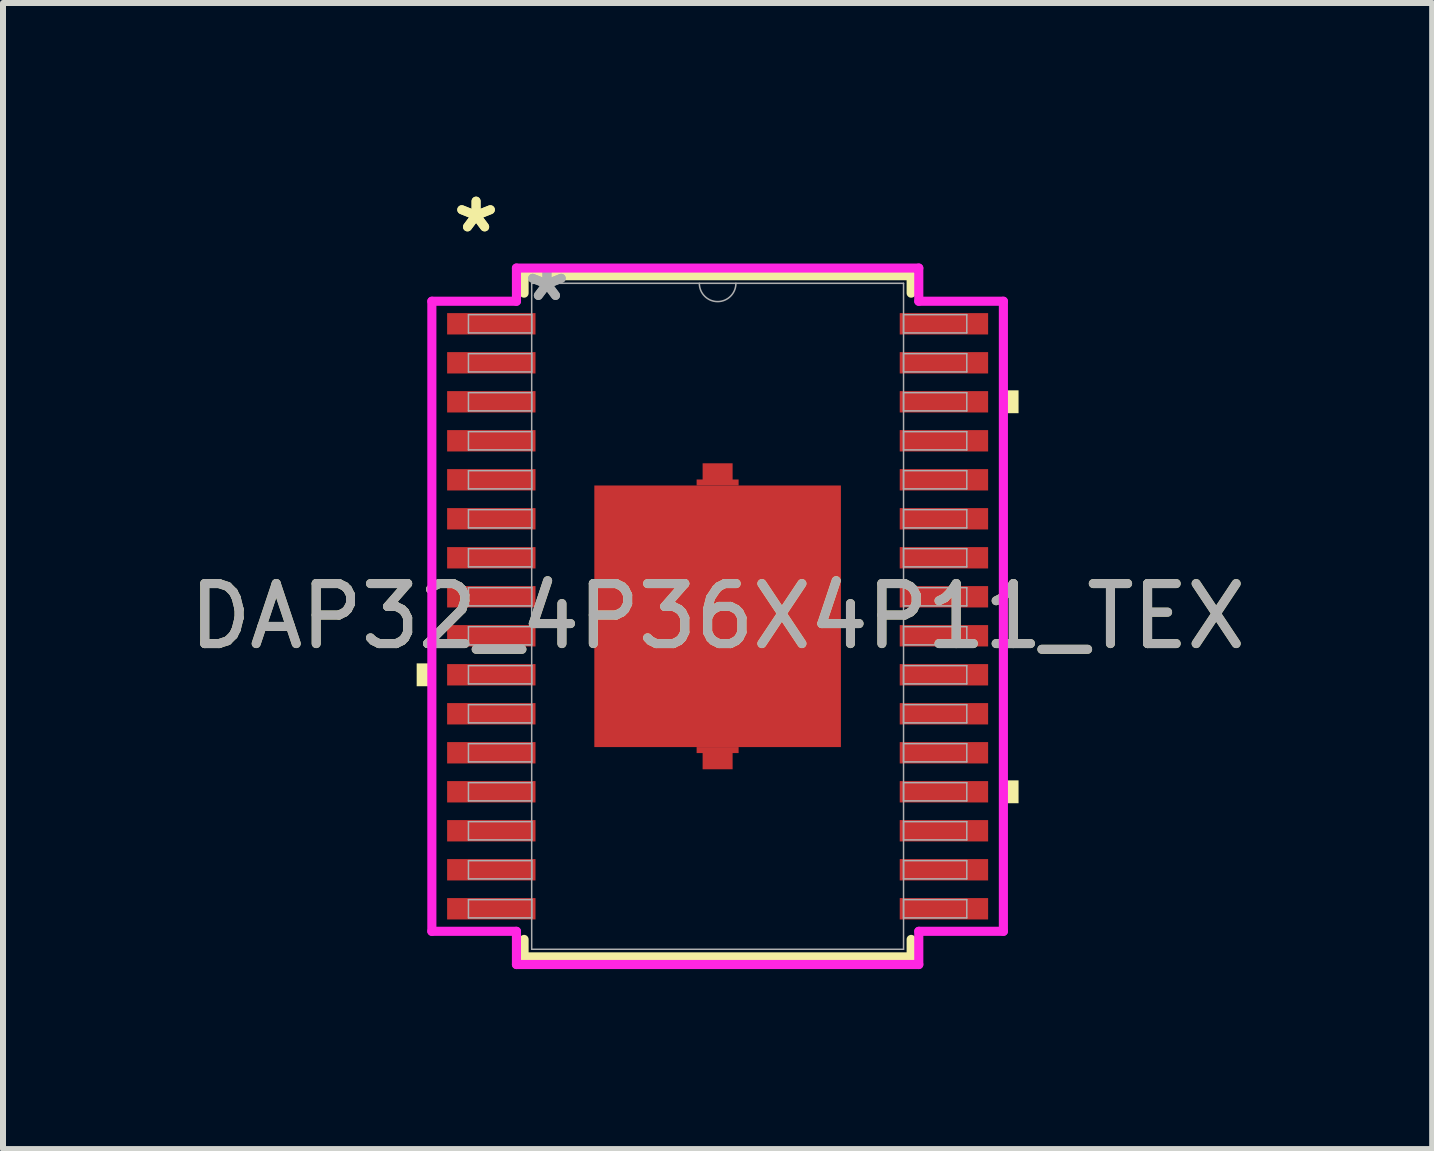
<source format=kicad_pcb>
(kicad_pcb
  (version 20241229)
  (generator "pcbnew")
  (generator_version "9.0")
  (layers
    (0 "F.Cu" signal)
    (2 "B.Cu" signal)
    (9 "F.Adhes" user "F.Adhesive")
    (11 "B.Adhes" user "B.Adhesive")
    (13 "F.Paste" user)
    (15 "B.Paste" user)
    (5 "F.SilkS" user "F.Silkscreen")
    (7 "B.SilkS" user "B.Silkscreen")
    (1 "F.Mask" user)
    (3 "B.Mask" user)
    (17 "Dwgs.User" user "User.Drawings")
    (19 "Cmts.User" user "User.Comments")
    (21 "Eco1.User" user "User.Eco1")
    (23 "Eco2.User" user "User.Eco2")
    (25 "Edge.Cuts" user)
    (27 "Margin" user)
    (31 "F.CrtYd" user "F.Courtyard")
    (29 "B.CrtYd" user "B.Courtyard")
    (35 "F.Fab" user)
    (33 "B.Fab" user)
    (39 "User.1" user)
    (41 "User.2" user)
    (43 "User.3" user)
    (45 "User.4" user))
  (footprint "DAP32_4P36X4P11_TEX"
    (layer "F.Cu")
    (at 8.911 7.222)
    (property "Reference" "DAP32_4P36X4P11_TEX" (at 0 0 0) (unlocked yes) (layer "F.SilkS") (effects (font (size 1 1) (thickness 0.15))))
    (attr smd)
    (fp_poly (pts (xy -0.35 -2.18) (xy -0.35 -2.28) (xy -0.25 -2.28) (xy -0.25 -2.55) (xy 0.25 -2.55) (xy 0.25 -2.28) (xy 0.35 -2.28) (xy 0.35 -2.18)) (stroke (width 0) (type solid)) (fill yes) (layer "F.Cu"))
    (fp_poly (pts (xy -0.35 2.18) (xy -0.35 2.28) (xy -0.25 2.28) (xy -0.25 2.55) (xy 0.25 2.55) (xy 0.25 2.28) (xy 0.35 2.28) (xy 0.35 2.18)) (stroke (width 0) (type solid)) (fill yes) (layer "F.Cu"))
    (fp_poly (pts (xy -0.35 -2.18) (xy -0.35 -2.28) (xy -0.25 -2.28) (xy -0.25 -2.55) (xy 0.25 -2.55) (xy 0.25 -2.28) (xy 0.35 -2.28) (xy 0.35 -2.18)) (stroke (width 0) (type solid)) (fill yes) (layer "F.Mask"))
    (fp_poly (pts (xy -0.35 2.18) (xy -0.35 2.28) (xy -0.25 2.28) (xy -0.25 2.55) (xy 0.25 2.55) (xy 0.25 2.28) (xy 0.35 2.28) (xy 0.35 2.18)) (stroke (width 0) (type solid)) (fill yes) (layer "F.Mask"))
    (fp_line (start -3.226 -5.677) (end -3.226 -5.386) (stroke (width 0.152) (type solid)) (layer "F.SilkS"))
    (fp_line (start -3.226 5.386) (end -3.226 5.677) (stroke (width 0.152) (type solid)) (layer "F.SilkS"))
    (fp_line (start -3.226 5.677) (end 3.226 5.677) (stroke (width 0.152) (type solid)) (layer "F.SilkS"))
    (fp_line (start 3.226 -5.677) (end -3.226 -5.677) (stroke (width 0.152) (type solid)) (layer "F.SilkS"))
    (fp_line (start 3.226 -5.386) (end 3.226 -5.677) (stroke (width 0.152) (type solid)) (layer "F.SilkS"))
    (fp_line (start 3.226 5.677) (end 3.226 5.386) (stroke (width 0.152) (type solid)) (layer "F.SilkS"))
    (fp_poly (pts (xy -5.016 0.785) (xy -5.016 1.166) (xy -4.763 1.166) (xy -4.763 0.785)) (stroke (width 0) (type solid)) (fill yes) (layer "F.SilkS"))
    (fp_poly (pts (xy 5.016 -3.766) (xy 5.016 -3.385) (xy 4.763 -3.385) (xy 4.763 -3.766)) (stroke (width 0) (type solid)) (fill yes) (layer "F.SilkS"))
    (fp_poly (pts (xy 5.016 2.735) (xy 5.016 3.116) (xy 4.763 3.116) (xy 4.763 2.735)) (stroke (width 0) (type solid)) (fill yes) (layer "F.SilkS"))
    (fp_poly (pts (xy -1.955 -2.08) (xy -1.955 -0.827) (xy -0.785 -0.827) (xy -0.785 -2.08)) (stroke (width 0) (type solid)) (fill yes) (layer "F.Paste"))
    (fp_poly (pts (xy -1.955 -0.627) (xy -1.955 0.627) (xy -0.785 0.627) (xy -0.785 -0.627)) (stroke (width 0) (type solid)) (fill yes) (layer "F.Paste"))
    (fp_poly (pts (xy -1.955 0.827) (xy -1.955 2.08) (xy -0.785 2.08) (xy -0.785 0.827)) (stroke (width 0) (type solid)) (fill yes) (layer "F.Paste"))
    (fp_poly (pts (xy -0.585 -2.08) (xy -0.585 -0.827) (xy 0.585 -0.827) (xy 0.585 -2.08)) (stroke (width 0) (type solid)) (fill yes) (layer "F.Paste"))
    (fp_poly (pts (xy -0.585 -0.627) (xy -0.585 0.627) (xy 0.585 0.627) (xy 0.585 -0.627)) (stroke (width 0) (type solid)) (fill yes) (layer "F.Paste"))
    (fp_poly (pts (xy -0.585 0.827) (xy -0.585 2.08) (xy 0.585 2.08) (xy 0.585 0.827)) (stroke (width 0) (type solid)) (fill yes) (layer "F.Paste"))
    (fp_poly (pts (xy 0.785 -2.08) (xy 0.785 -0.827) (xy 1.955 -0.827) (xy 1.955 -2.08)) (stroke (width 0) (type solid)) (fill yes) (layer "F.Paste"))
    (fp_poly (pts (xy 0.785 -0.627) (xy 0.785 0.627) (xy 1.955 0.627) (xy 1.955 -0.627)) (stroke (width 0) (type solid)) (fill yes) (layer "F.Paste"))
    (fp_poly (pts (xy 0.785 0.827) (xy 0.785 2.08) (xy 1.955 2.08) (xy 1.955 0.827)) (stroke (width 0) (type solid)) (fill yes) (layer "F.Paste"))
    (fp_line (start -4.763 -5.251) (end -3.353 -5.251) (stroke (width 0.152) (type solid)) (layer "F.CrtYd"))
    (fp_line (start -4.763 5.251) (end -4.763 -5.251) (stroke (width 0.152) (type solid)) (layer "F.CrtYd"))
    (fp_line (start -4.763 5.251) (end -3.353 5.251) (stroke (width 0.152) (type solid)) (layer "F.CrtYd"))
    (fp_line (start -3.353 -5.804) (end 3.353 -5.804) (stroke (width 0.152) (type solid)) (layer "F.CrtYd"))
    (fp_line (start -3.353 -5.251) (end -3.353 -5.804) (stroke (width 0.152) (type solid)) (layer "F.CrtYd"))
    (fp_line (start -3.353 5.804) (end -3.353 5.251) (stroke (width 0.152) (type solid)) (layer "F.CrtYd"))
    (fp_line (start 3.353 -5.804) (end 3.353 -5.251) (stroke (width 0.152) (type solid)) (layer "F.CrtYd"))
    (fp_line (start 3.353 5.251) (end 3.353 5.804) (stroke (width 0.152) (type solid)) (layer "F.CrtYd"))
    (fp_line (start 3.353 5.804) (end -3.353 5.804) (stroke (width 0.152) (type solid)) (layer "F.CrtYd"))
    (fp_line (start 4.763 -5.251) (end 3.353 -5.251) (stroke (width 0.152) (type solid)) (layer "F.CrtYd"))
    (fp_line (start 4.763 -5.251) (end 4.763 5.251) (stroke (width 0.152) (type solid)) (layer "F.CrtYd"))
    (fp_line (start 4.763 5.251) (end 3.353 5.251) (stroke (width 0.152) (type solid)) (layer "F.CrtYd"))
    (fp_line (start -4.153 -5.027) (end -4.153 -4.723) (stroke (width 0.025) (type solid)) (layer "F.Fab"))
    (fp_line (start -4.153 -4.723) (end -3.099 -4.723) (stroke (width 0.025) (type solid)) (layer "F.Fab"))
    (fp_line (start -4.153 -4.377) (end -4.153 -4.073) (stroke (width 0.025) (type solid)) (layer "F.Fab"))
    (fp_line (start -4.153 -4.073) (end -3.099 -4.073) (stroke (width 0.025) (type solid)) (layer "F.Fab"))
    (fp_line (start -4.153 -3.727) (end -4.153 -3.423) (stroke (width 0.025) (type solid)) (layer "F.Fab"))
    (fp_line (start -4.153 -3.423) (end -3.099 -3.423) (stroke (width 0.025) (type solid)) (layer "F.Fab"))
    (fp_line (start -4.153 -3.077) (end -4.153 -2.773) (stroke (width 0.025) (type solid)) (layer "F.Fab"))
    (fp_line (start -4.153 -2.773) (end -3.099 -2.773) (stroke (width 0.025) (type solid)) (layer "F.Fab"))
    (fp_line (start -4.153 -2.427) (end -4.153 -2.123) (stroke (width 0.025) (type solid)) (layer "F.Fab"))
    (fp_line (start -4.153 -2.123) (end -3.099 -2.123) (stroke (width 0.025) (type solid)) (layer "F.Fab"))
    (fp_line (start -4.153 -1.777) (end -4.153 -1.473) (stroke (width 0.025) (type solid)) (layer "F.Fab"))
    (fp_line (start -4.153 -1.473) (end -3.099 -1.473) (stroke (width 0.025) (type solid)) (layer "F.Fab"))
    (fp_line (start -4.153 -1.127) (end -4.153 -0.823) (stroke (width 0.025) (type solid)) (layer "F.Fab"))
    (fp_line (start -4.153 -0.823) (end -3.099 -0.823) (stroke (width 0.025) (type solid)) (layer "F.Fab"))
    (fp_line (start -4.153 -0.477) (end -4.153 -0.173) (stroke (width 0.025) (type solid)) (layer "F.Fab"))
    (fp_line (start -4.153 -0.173) (end -3.099 -0.173) (stroke (width 0.025) (type solid)) (layer "F.Fab"))
    (fp_line (start -4.153 0.173) (end -4.153 0.477) (stroke (width 0.025) (type solid)) (layer "F.Fab"))
    (fp_line (start -4.153 0.477) (end -3.099 0.477) (stroke (width 0.025) (type solid)) (layer "F.Fab"))
    (fp_line (start -4.153 0.823) (end -4.153 1.127) (stroke (width 0.025) (type solid)) (layer "F.Fab"))
    (fp_line (start -4.153 1.127) (end -3.099 1.127) (stroke (width 0.025) (type solid)) (layer "F.Fab"))
    (fp_line (start -4.153 1.473) (end -4.153 1.777) (stroke (width 0.025) (type solid)) (layer "F.Fab"))
    (fp_line (start -4.153 1.777) (end -3.099 1.777) (stroke (width 0.025) (type solid)) (layer "F.Fab"))
    (fp_line (start -4.153 2.123) (end -4.153 2.427) (stroke (width 0.025) (type solid)) (layer "F.Fab"))
    (fp_line (start -4.153 2.427) (end -3.099 2.427) (stroke (width 0.025) (type solid)) (layer "F.Fab"))
    (fp_line (start -4.153 2.773) (end -4.153 3.077) (stroke (width 0.025) (type solid)) (layer "F.Fab"))
    (fp_line (start -4.153 3.077) (end -3.099 3.077) (stroke (width 0.025) (type solid)) (layer "F.Fab"))
    (fp_line (start -4.153 3.423) (end -4.153 3.727) (stroke (width 0.025) (type solid)) (layer "F.Fab"))
    (fp_line (start -4.153 3.727) (end -3.099 3.727) (stroke (width 0.025) (type solid)) (layer "F.Fab"))
    (fp_line (start -4.153 4.073) (end -4.153 4.377) (stroke (width 0.025) (type solid)) (layer "F.Fab"))
    (fp_line (start -4.153 4.377) (end -3.099 4.377) (stroke (width 0.025) (type solid)) (layer "F.Fab"))
    (fp_line (start -4.153 4.723) (end -4.153 5.027) (stroke (width 0.025) (type solid)) (layer "F.Fab"))
    (fp_line (start -4.153 5.027) (end -3.099 5.027) (stroke (width 0.025) (type solid)) (layer "F.Fab"))
    (fp_line (start -3.099 -5.55) (end -3.099 5.55) (stroke (width 0.025) (type solid)) (layer "F.Fab"))
    (fp_line (start -3.099 -5.027) (end -4.153 -5.027) (stroke (width 0.025) (type solid)) (layer "F.Fab"))
    (fp_line (start -3.099 -4.723) (end -3.099 -5.027) (stroke (width 0.025) (type solid)) (layer "F.Fab"))
    (fp_line (start -3.099 -4.377) (end -4.153 -4.377) (stroke (width 0.025) (type solid)) (layer "F.Fab"))
    (fp_line (start -3.099 -4.073) (end -3.099 -4.377) (stroke (width 0.025) (type solid)) (layer "F.Fab"))
    (fp_line (start -3.099 -3.727) (end -4.153 -3.727) (stroke (width 0.025) (type solid)) (layer "F.Fab"))
    (fp_line (start -3.099 -3.423) (end -3.099 -3.727) (stroke (width 0.025) (type solid)) (layer "F.Fab"))
    (fp_line (start -3.099 -3.077) (end -4.153 -3.077) (stroke (width 0.025) (type solid)) (layer "F.Fab"))
    (fp_line (start -3.099 -2.773) (end -3.099 -3.077) (stroke (width 0.025) (type solid)) (layer "F.Fab"))
    (fp_line (start -3.099 -2.427) (end -4.153 -2.427) (stroke (width 0.025) (type solid)) (layer "F.Fab"))
    (fp_line (start -3.099 -2.123) (end -3.099 -2.427) (stroke (width 0.025) (type solid)) (layer "F.Fab"))
    (fp_line (start -3.099 -1.777) (end -4.153 -1.777) (stroke (width 0.025) (type solid)) (layer "F.Fab"))
    (fp_line (start -3.099 -1.473) (end -3.099 -1.777) (stroke (width 0.025) (type solid)) (layer "F.Fab"))
    (fp_line (start -3.099 -1.127) (end -4.153 -1.127) (stroke (width 0.025) (type solid)) (layer "F.Fab"))
    (fp_line (start -3.099 -0.823) (end -3.099 -1.127) (stroke (width 0.025) (type solid)) (layer "F.Fab"))
    (fp_line (start -3.099 -0.477) (end -4.153 -0.477) (stroke (width 0.025) (type solid)) (layer "F.Fab"))
    (fp_line (start -3.099 -0.173) (end -3.099 -0.477) (stroke (width 0.025) (type solid)) (layer "F.Fab"))
    (fp_line (start -3.099 0.173) (end -4.153 0.173) (stroke (width 0.025) (type solid)) (layer "F.Fab"))
    (fp_line (start -3.099 0.477) (end -3.099 0.173) (stroke (width 0.025) (type solid)) (layer "F.Fab"))
    (fp_line (start -3.099 0.823) (end -4.153 0.823) (stroke (width 0.025) (type solid)) (layer "F.Fab"))
    (fp_line (start -3.099 1.127) (end -3.099 0.823) (stroke (width 0.025) (type solid)) (layer "F.Fab"))
    (fp_line (start -3.099 1.473) (end -4.153 1.473) (stroke (width 0.025) (type solid)) (layer "F.Fab"))
    (fp_line (start -3.099 1.777) (end -3.099 1.473) (stroke (width 0.025) (type solid)) (layer "F.Fab"))
    (fp_line (start -3.099 2.123) (end -4.153 2.123) (stroke (width 0.025) (type solid)) (layer "F.Fab"))
    (fp_line (start -3.099 2.427) (end -3.099 2.123) (stroke (width 0.025) (type solid)) (layer "F.Fab"))
    (fp_line (start -3.099 2.773) (end -4.153 2.773) (stroke (width 0.025) (type solid)) (layer "F.Fab"))
    (fp_line (start -3.099 3.077) (end -3.099 2.773) (stroke (width 0.025) (type solid)) (layer "F.Fab"))
    (fp_line (start -3.099 3.423) (end -4.153 3.423) (stroke (width 0.025) (type solid)) (layer "F.Fab"))
    (fp_line (start -3.099 3.727) (end -3.099 3.423) (stroke (width 0.025) (type solid)) (layer "F.Fab"))
    (fp_line (start -3.099 4.073) (end -4.153 4.073) (stroke (width 0.025) (type solid)) (layer "F.Fab"))
    (fp_line (start -3.099 4.377) (end -3.099 4.073) (stroke (width 0.025) (type solid)) (layer "F.Fab"))
    (fp_line (start -3.099 4.723) (end -4.153 4.723) (stroke (width 0.025) (type solid)) (layer "F.Fab"))
    (fp_line (start -3.099 5.027) (end -3.099 4.723) (stroke (width 0.025) (type solid)) (layer "F.Fab"))
    (fp_line (start -3.099 5.55) (end 3.099 5.55) (stroke (width 0.025) (type solid)) (layer "F.Fab"))
    (fp_line (start 3.099 -5.55) (end -3.099 -5.55) (stroke (width 0.025) (type solid)) (layer "F.Fab"))
    (fp_line (start 3.099 -5.027) (end 3.099 -4.723) (stroke (width 0.025) (type solid)) (layer "F.Fab"))
    (fp_line (start 3.099 -4.723) (end 4.153 -4.723) (stroke (width 0.025) (type solid)) (layer "F.Fab"))
    (fp_line (start 3.099 -4.377) (end 3.099 -4.073) (stroke (width 0.025) (type solid)) (layer "F.Fab"))
    (fp_line (start 3.099 -4.073) (end 4.153 -4.073) (stroke (width 0.025) (type solid)) (layer "F.Fab"))
    (fp_line (start 3.099 -3.727) (end 3.099 -3.423) (stroke (width 0.025) (type solid)) (layer "F.Fab"))
    (fp_line (start 3.099 -3.423) (end 4.153 -3.423) (stroke (width 0.025) (type solid)) (layer "F.Fab"))
    (fp_line (start 3.099 -3.077) (end 3.099 -2.773) (stroke (width 0.025) (type solid)) (layer "F.Fab"))
    (fp_line (start 3.099 -2.773) (end 4.153 -2.773) (stroke (width 0.025) (type solid)) (layer "F.Fab"))
    (fp_line (start 3.099 -2.427) (end 3.099 -2.123) (stroke (width 0.025) (type solid)) (layer "F.Fab"))
    (fp_line (start 3.099 -2.123) (end 4.153 -2.123) (stroke (width 0.025) (type solid)) (layer "F.Fab"))
    (fp_line (start 3.099 -1.777) (end 3.099 -1.473) (stroke (width 0.025) (type solid)) (layer "F.Fab"))
    (fp_line (start 3.099 -1.473) (end 4.153 -1.473) (stroke (width 0.025) (type solid)) (layer "F.Fab"))
    (fp_line (start 3.099 -1.127) (end 3.099 -0.823) (stroke (width 0.025) (type solid)) (layer "F.Fab"))
    (fp_line (start 3.099 -0.823) (end 4.153 -0.823) (stroke (width 0.025) (type solid)) (layer "F.Fab"))
    (fp_line (start 3.099 -0.477) (end 3.099 -0.173) (stroke (width 0.025) (type solid)) (layer "F.Fab"))
    (fp_line (start 3.099 -0.173) (end 4.153 -0.173) (stroke (width 0.025) (type solid)) (layer "F.Fab"))
    (fp_line (start 3.099 0.173) (end 3.099 0.477) (stroke (width 0.025) (type solid)) (layer "F.Fab"))
    (fp_line (start 3.099 0.477) (end 4.153 0.477) (stroke (width 0.025) (type solid)) (layer "F.Fab"))
    (fp_line (start 3.099 0.823) (end 3.099 1.127) (stroke (width 0.025) (type solid)) (layer "F.Fab"))
    (fp_line (start 3.099 1.127) (end 4.153 1.127) (stroke (width 0.025) (type solid)) (layer "F.Fab"))
    (fp_line (start 3.099 1.473) (end 3.099 1.777) (stroke (width 0.025) (type solid)) (layer "F.Fab"))
    (fp_line (start 3.099 1.777) (end 4.153 1.777) (stroke (width 0.025) (type solid)) (layer "F.Fab"))
    (fp_line (start 3.099 2.123) (end 3.099 2.427) (stroke (width 0.025) (type solid)) (layer "F.Fab"))
    (fp_line (start 3.099 2.427) (end 4.153 2.427) (stroke (width 0.025) (type solid)) (layer "F.Fab"))
    (fp_line (start 3.099 2.773) (end 3.099 3.077) (stroke (width 0.025) (type solid)) (layer "F.Fab"))
    (fp_line (start 3.099 3.077) (end 4.153 3.077) (stroke (width 0.025) (type solid)) (layer "F.Fab"))
    (fp_line (start 3.099 3.423) (end 3.099 3.727) (stroke (width 0.025) (type solid)) (layer "F.Fab"))
    (fp_line (start 3.099 3.727) (end 4.153 3.727) (stroke (width 0.025) (type solid)) (layer "F.Fab"))
    (fp_line (start 3.099 4.073) (end 3.099 4.377) (stroke (width 0.025) (type solid)) (layer "F.Fab"))
    (fp_line (start 3.099 4.377) (end 4.153 4.377) (stroke (width 0.025) (type solid)) (layer "F.Fab"))
    (fp_line (start 3.099 4.723) (end 3.099 5.027) (stroke (width 0.025) (type solid)) (layer "F.Fab"))
    (fp_line (start 3.099 5.027) (end 4.153 5.027) (stroke (width 0.025) (type solid)) (layer "F.Fab"))
    (fp_line (start 3.099 5.55) (end 3.099 -5.55) (stroke (width 0.025) (type solid)) (layer "F.Fab"))
    (fp_line (start 4.153 -5.027) (end 3.099 -5.027) (stroke (width 0.025) (type solid)) (layer "F.Fab"))
    (fp_line (start 4.153 -4.723) (end 4.153 -5.027) (stroke (width 0.025) (type solid)) (layer "F.Fab"))
    (fp_line (start 4.153 -4.377) (end 3.099 -4.377) (stroke (width 0.025) (type solid)) (layer "F.Fab"))
    (fp_line (start 4.153 -4.073) (end 4.153 -4.377) (stroke (width 0.025) (type solid)) (layer "F.Fab"))
    (fp_line (start 4.153 -3.727) (end 3.099 -3.727) (stroke (width 0.025) (type solid)) (layer "F.Fab"))
    (fp_line (start 4.153 -3.423) (end 4.153 -3.727) (stroke (width 0.025) (type solid)) (layer "F.Fab"))
    (fp_line (start 4.153 -3.077) (end 3.099 -3.077) (stroke (width 0.025) (type solid)) (layer "F.Fab"))
    (fp_line (start 4.153 -2.773) (end 4.153 -3.077) (stroke (width 0.025) (type solid)) (layer "F.Fab"))
    (fp_line (start 4.153 -2.427) (end 3.099 -2.427) (stroke (width 0.025) (type solid)) (layer "F.Fab"))
    (fp_line (start 4.153 -2.123) (end 4.153 -2.427) (stroke (width 0.025) (type solid)) (layer "F.Fab"))
    (fp_line (start 4.153 -1.777) (end 3.099 -1.777) (stroke (width 0.025) (type solid)) (layer "F.Fab"))
    (fp_line (start 4.153 -1.473) (end 4.153 -1.777) (stroke (width 0.025) (type solid)) (layer "F.Fab"))
    (fp_line (start 4.153 -1.127) (end 3.099 -1.127) (stroke (width 0.025) (type solid)) (layer "F.Fab"))
    (fp_line (start 4.153 -0.823) (end 4.153 -1.127) (stroke (width 0.025) (type solid)) (layer "F.Fab"))
    (fp_line (start 4.153 -0.477) (end 3.099 -0.477) (stroke (width 0.025) (type solid)) (layer "F.Fab"))
    (fp_line (start 4.153 -0.173) (end 4.153 -0.477) (stroke (width 0.025) (type solid)) (layer "F.Fab"))
    (fp_line (start 4.153 0.173) (end 3.099 0.173) (stroke (width 0.025) (type solid)) (layer "F.Fab"))
    (fp_line (start 4.153 0.477) (end 4.153 0.173) (stroke (width 0.025) (type solid)) (layer "F.Fab"))
    (fp_line (start 4.153 0.823) (end 3.099 0.823) (stroke (width 0.025) (type solid)) (layer "F.Fab"))
    (fp_line (start 4.153 1.127) (end 4.153 0.823) (stroke (width 0.025) (type solid)) (layer "F.Fab"))
    (fp_line (start 4.153 1.473) (end 3.099 1.473) (stroke (width 0.025) (type solid)) (layer "F.Fab"))
    (fp_line (start 4.153 1.777) (end 4.153 1.473) (stroke (width 0.025) (type solid)) (layer "F.Fab"))
    (fp_line (start 4.153 2.123) (end 3.099 2.123) (stroke (width 0.025) (type solid)) (layer "F.Fab"))
    (fp_line (start 4.153 2.427) (end 4.153 2.123) (stroke (width 0.025) (type solid)) (layer "F.Fab"))
    (fp_line (start 4.153 2.773) (end 3.099 2.773) (stroke (width 0.025) (type solid)) (layer "F.Fab"))
    (fp_line (start 4.153 3.077) (end 4.153 2.773) (stroke (width 0.025) (type solid)) (layer "F.Fab"))
    (fp_line (start 4.153 3.423) (end 3.099 3.423) (stroke (width 0.025) (type solid)) (layer "F.Fab"))
    (fp_line (start 4.153 3.727) (end 4.153 3.423) (stroke (width 0.025) (type solid)) (layer "F.Fab"))
    (fp_line (start 4.153 4.073) (end 3.099 4.073) (stroke (width 0.025) (type solid)) (layer "F.Fab"))
    (fp_line (start 4.153 4.377) (end 4.153 4.073) (stroke (width 0.025) (type solid)) (layer "F.Fab"))
    (fp_line (start 4.153 4.723) (end 3.099 4.723) (stroke (width 0.025) (type solid)) (layer "F.Fab"))
    (fp_line (start 4.153 5.027) (end 4.153 4.723) (stroke (width 0.025) (type solid)) (layer "F.Fab"))
    (fp_arc (start 0.3048 -5.5499) (mid 0 -5.2451) (end -0.3048 -5.5499) (stroke (width 0.0254) (type solid)) (layer "F.Fab"))
    (fp_text user "*" (at -4.026 -6.374 0) (unlocked yes) (layer "F.SilkS") (effects (font (size 1 1) (thickness 0.15))))
    (fp_text user "*" (at -4.026 -6.374 0) (layer "F.SilkS") (effects (font (size 1 1) (thickness 0.15))))
    (fp_text user "*" (at -2.845 -5.231 0) (unlocked yes) (layer "F.Fab") (effects (font (size 1 1) (thickness 0.15))))
    (fp_text user "*" (at -2.845 -5.231 0) (layer "F.Fab") (effects (font (size 1 1) (thickness 0.15))))
    (fp_text user "${REFERENCE}" (at 0 0 0) (unlocked yes) (layer "F.Fab") (effects (font (size 1 1) (thickness 0.15))))
    (pad "1" smd rect (at -3.772 -4.875) (size 1.473 0.356) (layers "F.Cu" "F.Mask" "F.Paste"))
    (pad "2" smd rect (at -3.772 -4.225) (size 1.473 0.356) (layers "F.Cu" "F.Mask" "F.Paste"))
    (pad "3" smd rect (at -3.772 -3.575) (size 1.473 0.356) (layers "F.Cu" "F.Mask" "F.Paste"))
    (pad "4" smd rect (at -3.772 -2.925) (size 1.473 0.356) (layers "F.Cu" "F.Mask" "F.Paste"))
    (pad "5" smd rect (at -3.772 -2.275) (size 1.473 0.356) (layers "F.Cu" "F.Mask" "F.Paste"))
    (pad "6" smd rect (at -3.772 -1.625) (size 1.473 0.356) (layers "F.Cu" "F.Mask" "F.Paste"))
    (pad "7" smd rect (at -3.772 -0.975) (size 1.473 0.356) (layers "F.Cu" "F.Mask" "F.Paste"))
    (pad "8" smd rect (at -3.772 -0.325) (size 1.473 0.356) (layers "F.Cu" "F.Mask" "F.Paste"))
    (pad "9" smd rect (at -3.772 0.325) (size 1.473 0.356) (layers "F.Cu" "F.Mask" "F.Paste"))
    (pad "10" smd rect (at -3.772 0.975) (size 1.473 0.356) (layers "F.Cu" "F.Mask" "F.Paste"))
    (pad "11" smd rect (at -3.772 1.625) (size 1.473 0.356) (layers "F.Cu" "F.Mask" "F.Paste"))
    (pad "12" smd rect (at -3.772 2.275) (size 1.473 0.356) (layers "F.Cu" "F.Mask" "F.Paste"))
    (pad "13" smd rect (at -3.772 2.925) (size 1.473 0.356) (layers "F.Cu" "F.Mask" "F.Paste"))
    (pad "14" smd rect (at -3.772 3.575) (size 1.473 0.356) (layers "F.Cu" "F.Mask" "F.Paste"))
    (pad "15" smd rect (at -3.772 4.225) (size 1.473 0.356) (layers "F.Cu" "F.Mask" "F.Paste"))
    (pad "16" smd rect (at -3.772 4.875) (size 1.473 0.356) (layers "F.Cu" "F.Mask" "F.Paste"))
    (pad "17" smd rect (at 3.772 4.875) (size 1.473 0.356) (layers "F.Cu" "F.Mask" "F.Paste"))
    (pad "18" smd rect (at 3.772 4.225) (size 1.473 0.356) (layers "F.Cu" "F.Mask" "F.Paste"))
    (pad "19" smd rect (at 3.772 3.575) (size 1.473 0.356) (layers "F.Cu" "F.Mask" "F.Paste"))
    (pad "20" smd rect (at 3.772 2.925) (size 1.473 0.356) (layers "F.Cu" "F.Mask" "F.Paste"))
    (pad "21" smd rect (at 3.772 2.275) (size 1.473 0.356) (layers "F.Cu" "F.Mask" "F.Paste"))
    (pad "22" smd rect (at 3.772 1.625) (size 1.473 0.356) (layers "F.Cu" "F.Mask" "F.Paste"))
    (pad "23" smd rect (at 3.772 0.975) (size 1.473 0.356) (layers "F.Cu" "F.Mask" "F.Paste"))
    (pad "24" smd rect (at 3.772 0.325) (size 1.473 0.356) (layers "F.Cu" "F.Mask" "F.Paste"))
    (pad "25" smd rect (at 3.772 -0.325) (size 1.473 0.356) (layers "F.Cu" "F.Mask" "F.Paste"))
    (pad "26" smd rect (at 3.772 -0.975) (size 1.473 0.356) (layers "F.Cu" "F.Mask" "F.Paste"))
    (pad "27" smd rect (at 3.772 -1.625) (size 1.473 0.356) (layers "F.Cu" "F.Mask" "F.Paste"))
    (pad "28" smd rect (at 3.772 -2.275) (size 1.473 0.356) (layers "F.Cu" "F.Mask" "F.Paste"))
    (pad "29" smd rect (at 3.772 -2.925) (size 1.473 0.356) (layers "F.Cu" "F.Mask" "F.Paste"))
    (pad "30" smd rect (at 3.772 -3.575) (size 1.473 0.356) (layers "F.Cu" "F.Mask" "F.Paste"))
    (pad "31" smd rect (at 3.772 -4.225) (size 1.473 0.356) (layers "F.Cu" "F.Mask" "F.Paste"))
    (pad "32" smd rect (at 3.772 -4.875) (size 1.473 0.356) (layers "F.Cu" "F.Mask" "F.Paste"))
    (pad "33" smd rect (at 0 0) (size 4.11 4.36) (layers "F.Cu" "F.Mask" "F.Paste")))
  (gr_rect
    (start -3 -3)
    (end 20.821 16.102)
    (stroke (width 0.1) (type default))
    (fill no)
    (layer "Edge.Cuts")))
</source>
